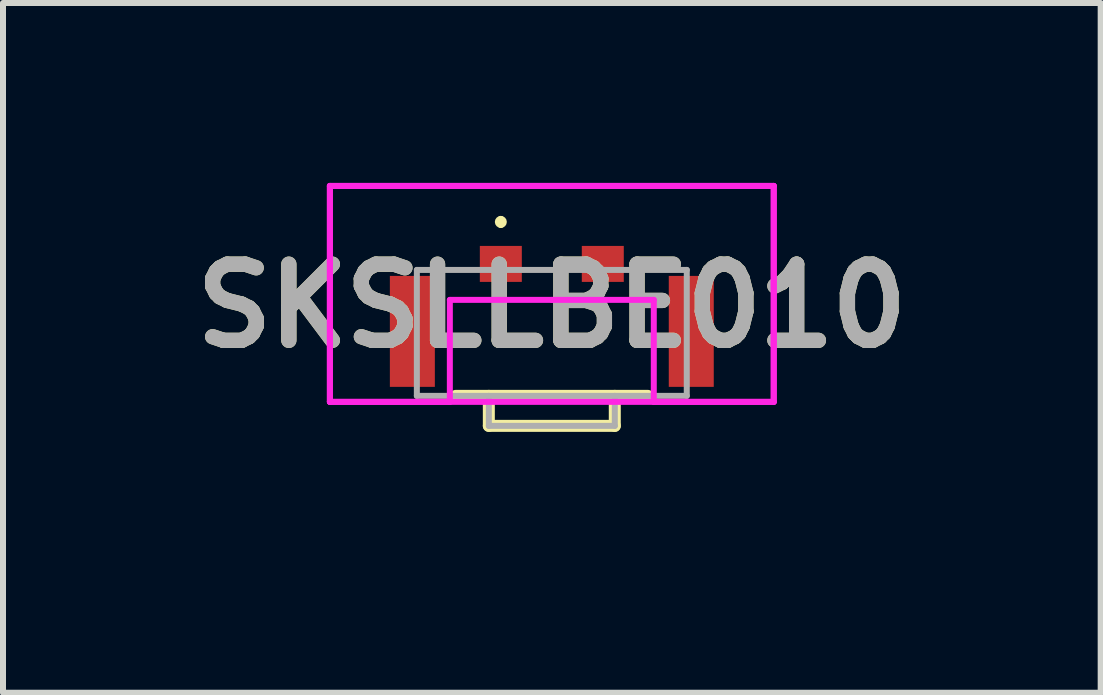
<source format=kicad_pcb>
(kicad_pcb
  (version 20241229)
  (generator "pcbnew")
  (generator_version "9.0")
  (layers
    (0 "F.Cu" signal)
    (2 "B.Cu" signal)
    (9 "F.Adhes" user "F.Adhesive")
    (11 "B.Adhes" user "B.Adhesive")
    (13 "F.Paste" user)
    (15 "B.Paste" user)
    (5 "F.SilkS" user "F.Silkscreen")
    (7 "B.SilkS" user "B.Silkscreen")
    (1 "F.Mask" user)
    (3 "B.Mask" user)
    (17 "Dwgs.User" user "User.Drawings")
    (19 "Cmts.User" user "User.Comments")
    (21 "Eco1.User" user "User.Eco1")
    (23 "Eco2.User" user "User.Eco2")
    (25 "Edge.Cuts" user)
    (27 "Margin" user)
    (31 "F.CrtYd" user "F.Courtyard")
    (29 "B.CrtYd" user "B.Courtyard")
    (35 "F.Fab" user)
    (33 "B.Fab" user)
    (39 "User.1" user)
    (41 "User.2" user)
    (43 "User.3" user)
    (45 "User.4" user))
  (footprint "SKSLLBE010"
    (layer "F.Cu")
    (at 6.15 2.7)
    (property "Reference" "SKSLLBE010" (at 0 -0.65 0) (layer "F.SilkS") (effects (font (size 1.27 1.27) (thickness 0.254))))
    (attr smd)
    (fp_line (start -1.6 0.85) (end 1.6 0.85) (stroke (width 0.2) (type solid)) (layer "F.SilkS"))
    (fp_line (start -1.05 0.85) (end -1.05 1.35) (stroke (width 0.2) (type solid)) (layer "F.SilkS"))
    (fp_line (start -1.05 1.35) (end 1.05 1.35) (stroke (width 0.2) (type solid)) (layer "F.SilkS"))
    (fp_line (start -0.85 -2.1) (end -0.85 -2.1) (stroke (width 0.1) (type solid)) (layer "F.SilkS"))
    (fp_line (start -0.85 -2) (end -0.85 -2) (stroke (width 0.1) (type solid)) (layer "F.SilkS"))
    (fp_line (start 1.05 1.35) (end 1.05 0.85) (stroke (width 0.2) (type solid)) (layer "F.SilkS"))
    (fp_arc (start -0.85 -2.1) (mid -0.8 -2.05) (end -0.85 -2) (stroke (width 0.1) (type solid)) (layer "F.SilkS"))
    (fp_arc (start -0.85 -2) (mid -0.9 -2.05) (end -0.85 -2.1) (stroke (width 0.1) (type solid)) (layer "F.SilkS"))
    (fp_line (start -3.7 -2.65) (end -3.7 0.95) (stroke (width 0.1) (type solid)) (layer "F.CrtYd"))
    (fp_line (start -3.7 -2.65) (end 3.7 -2.65) (stroke (width 0.1) (type solid)) (layer "F.CrtYd"))
    (fp_line (start -3.7 0.95) (end -3.7 -2.65) (stroke (width 0.1) (type solid)) (layer "F.CrtYd"))
    (fp_line (start -3.7 0.95) (end -1.7 0.95) (stroke (width 0.1) (type solid)) (layer "F.CrtYd"))
    (fp_line (start -1.7 -0.75) (end 0 -0.75) (stroke (width 0.1) (type solid)) (layer "F.CrtYd"))
    (fp_line (start -1.7 0.95) (end -1.7 -0.75) (stroke (width 0.1) (type solid)) (layer "F.CrtYd"))
    (fp_line (start 0 -0.75) (end 1.7 -0.75) (stroke (width 0.1) (type solid)) (layer "F.CrtYd"))
    (fp_line (start 1.7 -0.75) (end 1.7 0.95) (stroke (width 0.1) (type solid)) (layer "F.CrtYd"))
    (fp_line (start 1.7 0.95) (end 3.7 0.95) (stroke (width 0.1) (type solid)) (layer "F.CrtYd"))
    (fp_line (start 3.7 -2.65) (end -3.7 -2.65) (stroke (width 0.1) (type solid)) (layer "F.CrtYd"))
    (fp_line (start 3.7 -2.65) (end 3.7 0.95) (stroke (width 0.1) (type solid)) (layer "F.CrtYd"))
    (fp_line (start 3.7 0.95) (end -3.7 0.95) (stroke (width 0.1) (type solid)) (layer "F.CrtYd"))
    (fp_line (start 3.7 0.95) (end 3.7 -2.65) (stroke (width 0.1) (type solid)) (layer "F.CrtYd"))
    (fp_line (start -2.25 -1.25) (end 2.25 -1.25) (stroke (width 0.1) (type solid)) (layer "F.Fab"))
    (fp_line (start -2.25 0.85) (end -2.25 -1.25) (stroke (width 0.1) (type solid)) (layer "F.Fab"))
    (fp_line (start -1.05 0.85) (end -1.05 1.35) (stroke (width 0.1) (type solid)) (layer "F.Fab"))
    (fp_line (start -1.05 1.35) (end 1.05 1.35) (stroke (width 0.1) (type solid)) (layer "F.Fab"))
    (fp_line (start 1.05 1.35) (end 1.05 0.85) (stroke (width 0.1) (type solid)) (layer "F.Fab"))
    (fp_line (start 2.25 -1.25) (end 2.25 0.85) (stroke (width 0.1) (type solid)) (layer "F.Fab"))
    (fp_line (start 2.25 0.85) (end -2.25 0.85) (stroke (width 0.1) (type solid)) (layer "F.Fab"))
    (fp_text user "${REFERENCE}" (at 0 -0.65 0) (layer "F.Fab") (effects (font (size 1.27 1.27) (thickness 0.254))))
    (pad "1" smd rect (at -0.85 -1.35 90) (size 0.6 0.7) (layers "F.Cu" "F.Mask" "F.Paste"))
    (pad "2" smd rect (at 0.85 -1.35 90) (size 0.6 0.7) (layers "F.Cu" "F.Mask" "F.Paste"))
    (pad "3" smd rect (at -2.325 -0.225) (size 0.75 1.85) (layers "F.Cu" "F.Mask" "F.Paste"))
    (pad "4" smd rect (at 2.325 -0.225) (size 0.75 1.85) (layers "F.Cu" "F.Mask" "F.Paste"))
    (zone (net_name "") (layers "F.Cu" "B.Cu") (hatch edge 0.5) (connect_pads) (min_thickness 0.25) (filled_areas_thickness no) (keepout (tracks not_allowed) (vias not_allowed) (pads not_allowed) (copperpour not_allowed) (footprints allowed)) (placement (enabled no)) (fill) (polygon (pts (xy 4.45 1.95) (xy 4.45 5.5) (xy 7.85 5.5) (xy 7.85 1.95)))))
  (gr_rect
    (start -3 -3)
    (end 15.301 8.5)
    (stroke (width 0.1) (type default))
    (fill no)
    (layer "Edge.Cuts")))
</source>
